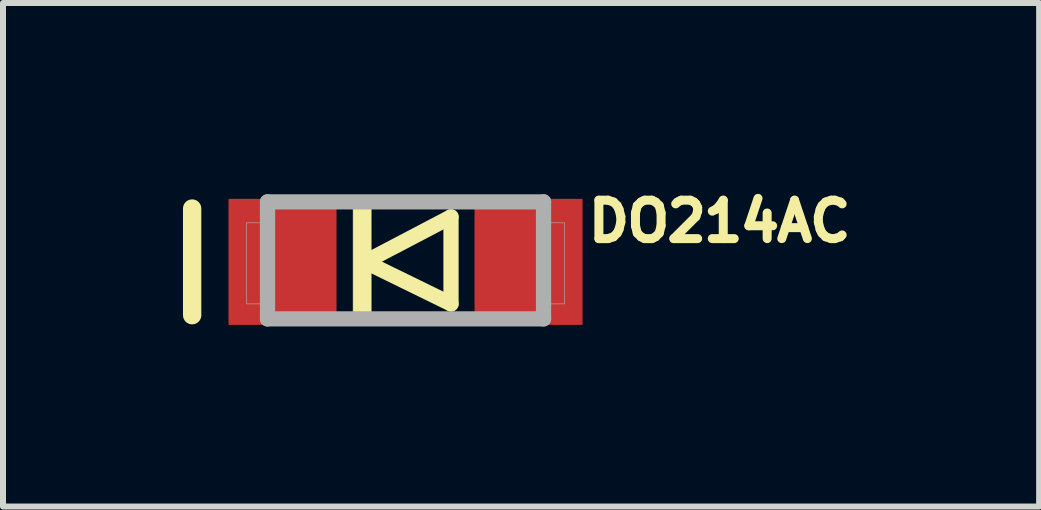
<source format=kicad_pcb>
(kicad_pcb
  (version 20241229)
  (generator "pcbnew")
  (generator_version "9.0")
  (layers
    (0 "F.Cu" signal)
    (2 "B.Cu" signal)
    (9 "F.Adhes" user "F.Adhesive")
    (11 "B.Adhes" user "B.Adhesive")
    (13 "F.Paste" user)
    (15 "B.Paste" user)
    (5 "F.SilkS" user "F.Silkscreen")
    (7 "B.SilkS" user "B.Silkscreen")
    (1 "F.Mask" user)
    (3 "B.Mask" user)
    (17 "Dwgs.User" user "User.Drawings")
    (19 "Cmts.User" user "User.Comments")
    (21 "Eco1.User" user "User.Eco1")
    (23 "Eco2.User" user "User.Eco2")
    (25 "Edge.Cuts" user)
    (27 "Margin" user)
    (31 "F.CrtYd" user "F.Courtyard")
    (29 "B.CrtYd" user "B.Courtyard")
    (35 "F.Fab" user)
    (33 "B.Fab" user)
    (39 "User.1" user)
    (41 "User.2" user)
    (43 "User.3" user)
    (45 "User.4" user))
  (footprint "DO214AC"
    (layer "F.Cu")
    (at 3.708 1.314)
    (property "Reference" "DO214AC" (at 5.234 -0.676 0) (layer "F.SilkS") (effects (font (size 0.64 0.64) (thickness 0.15))))
    (attr smd)
    (fp_line (start -3.556 -0.889) (end -3.556 0.889) (stroke (width 0.305) (type solid)) (layer "F.SilkS"))
    (fp_line (start -0.673 0) (end 0.758 -0.75) (stroke (width 0.254) (type solid)) (layer "F.SilkS"))
    (fp_line (start 0.758 -0.75) (end 0.758 0.7) (stroke (width 0.254) (type solid)) (layer "F.SilkS"))
    (fp_line (start 0.758 0.7) (end -0.673 0) (stroke (width 0.254) (type solid)) (layer "F.SilkS"))
    (fp_poly (pts (xy -0.873 -1.05) (xy -0.573 -1.05) (xy -0.573 1.05) (xy -0.873 1.05)) (stroke (width 0.01) (type solid)) (fill yes) (layer "F.SilkS"))
    (fp_line (start -2.3 -1) (end 2.3 -1) (stroke (width 0.254) (type solid)) (layer "F.Fab"))
    (fp_line (start -2.3 0.95) (end -2.3 -1) (stroke (width 0.254) (type solid)) (layer "F.Fab"))
    (fp_line (start 2.3 -1) (end 2.3 0.95) (stroke (width 0.254) (type solid)) (layer "F.Fab"))
    (fp_line (start 2.3 0.95) (end -2.3 0.95) (stroke (width 0.254) (type solid)) (layer "F.Fab"))
    (fp_poly (pts (xy -2.65 -0.65) (xy -2.4 -0.65) (xy -2.4 0.7) (xy -2.65 0.7)) (stroke (width 0.01) (type solid)) (fill no) (layer "F.Fab"))
    (fp_poly (pts (xy 2.4 -0.65) (xy 2.65 -0.65) (xy 2.65 0.7) (xy 2.4 0.7)) (stroke (width 0.01) (type solid)) (fill no) (layer "F.Fab"))
    (pad "A" smd rect (at 2.05 0) (size 1.8 2.1) (layers "F.Cu" "F.Mask" "F.Paste"))
    (pad "C" smd rect (at -2.05 0) (size 1.8 2.1) (layers "F.Cu" "F.Mask" "F.Paste")))
  (gr_rect
    (start -3 -3)
    (end 14.267 5.391)
    (stroke (width 0.1) (type default))
    (fill no)
    (layer "Edge.Cuts")))
</source>
